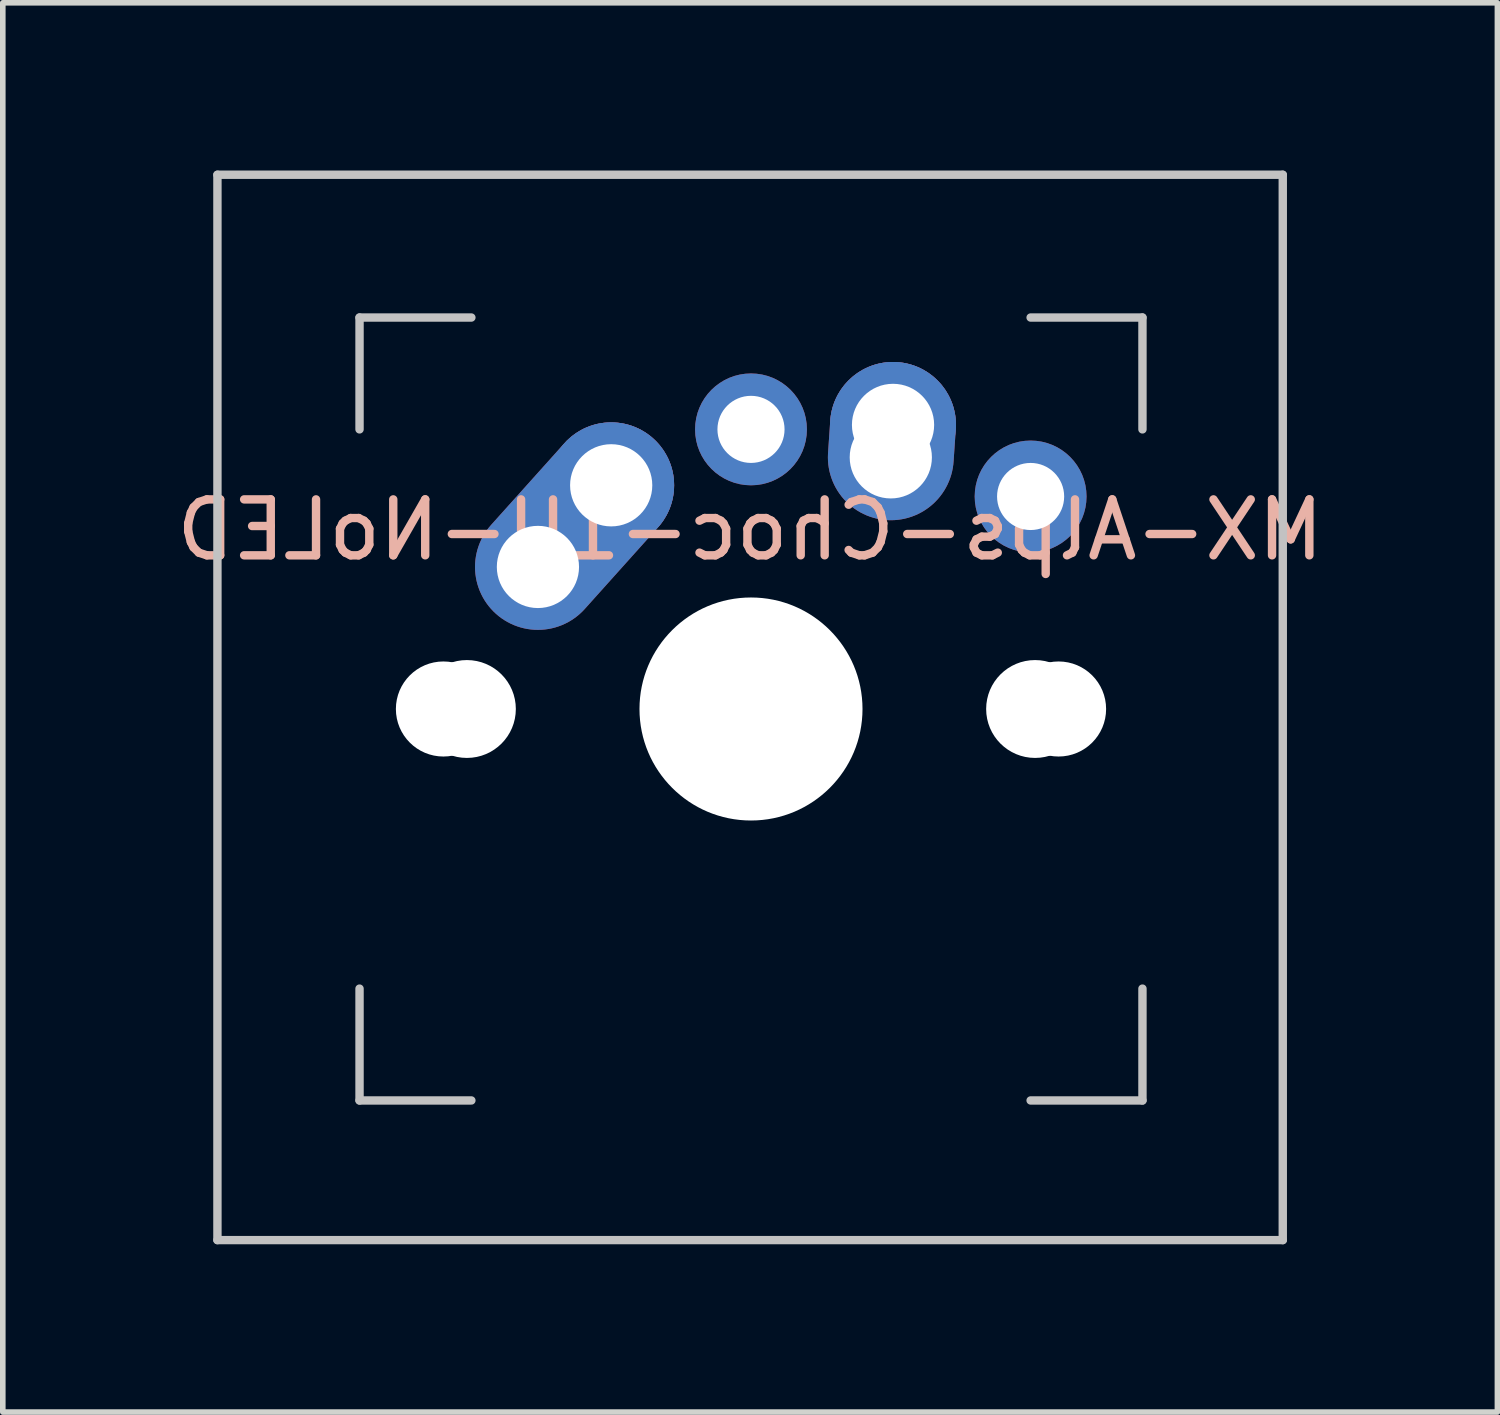
<source format=kicad_pcb>
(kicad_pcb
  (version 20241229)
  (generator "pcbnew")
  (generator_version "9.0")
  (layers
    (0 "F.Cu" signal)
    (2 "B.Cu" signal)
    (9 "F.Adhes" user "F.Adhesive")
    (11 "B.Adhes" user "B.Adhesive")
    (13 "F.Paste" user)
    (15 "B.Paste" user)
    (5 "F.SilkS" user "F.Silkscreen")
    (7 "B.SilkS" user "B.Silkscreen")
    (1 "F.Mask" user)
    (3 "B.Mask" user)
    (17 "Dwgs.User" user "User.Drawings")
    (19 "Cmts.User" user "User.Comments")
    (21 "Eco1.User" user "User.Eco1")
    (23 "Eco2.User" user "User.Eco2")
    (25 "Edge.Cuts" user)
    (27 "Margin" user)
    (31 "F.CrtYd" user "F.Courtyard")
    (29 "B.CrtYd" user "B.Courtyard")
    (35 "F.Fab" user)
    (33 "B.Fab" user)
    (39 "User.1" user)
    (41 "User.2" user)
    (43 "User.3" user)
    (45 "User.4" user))
  (footprint "MX-Alps-Choc-1U-NoLED"
    (layer "F.Cu")
    (at 10.371 9.614)
    (property "Reference" "MX-Alps-Choc-1U-NoLED" (at -0.008 -3.189 180) (layer "B.SilkS") (effects (font (size 1 1) (thickness 0.15)) (justify mirror)))
    (attr through_hole)
    (fp_line (start -9.533 -9.539) (end 9.517 -9.539) (stroke (width 0.15) (type solid)) (layer "Dwgs.User"))
    (fp_line (start -9.533 9.511) (end -9.533 -9.539) (stroke (width 0.15) (type solid)) (layer "Dwgs.User"))
    (fp_line (start -6.992 -6.986) (end -6.992 -4.986) (stroke (width 0.15) (type solid)) (layer "Dwgs.User"))
    (fp_line (start -6.992 5.014) (end -6.992 7.014) (stroke (width 0.15) (type solid)) (layer "Dwgs.User"))
    (fp_line (start -6.992 7.014) (end -4.992 7.014) (stroke (width 0.15) (type solid)) (layer "Dwgs.User"))
    (fp_line (start -4.992 -6.986) (end -6.992 -6.986) (stroke (width 0.15) (type solid)) (layer "Dwgs.User"))
    (fp_line (start 5.008 -6.986) (end 7.008 -6.986) (stroke (width 0.15) (type solid)) (layer "Dwgs.User"))
    (fp_line (start 5.008 7.014) (end 7.008 7.014) (stroke (width 0.15) (type solid)) (layer "Dwgs.User"))
    (fp_line (start 7.008 -6.986) (end 7.008 -4.986) (stroke (width 0.15) (type solid)) (layer "Dwgs.User"))
    (fp_line (start 7.008 7.014) (end 7.008 5.014) (stroke (width 0.15) (type solid)) (layer "Dwgs.User"))
    (fp_line (start 9.517 -9.539) (end 9.517 9.511) (stroke (width 0.15) (type solid)) (layer "Dwgs.User"))
    (fp_line (start 9.517 9.511) (end -9.533 9.511) (stroke (width 0.15) (type solid)) (layer "Dwgs.User"))
    (pad "" np_thru_hole circle (at -5.492 0.014 48.1) (size 1.7 1.7) (drill 1.7) (layers "*.Cu" "*.Mask"))
    (pad "" np_thru_hole circle (at -5.072 0.014 48.1) (size 1.75 1.75) (drill 1.75) (layers "*.Cu" "*.Mask"))
    (pad "" np_thru_hole circle (at 0.008 0.014) (size 3.988 3.988) (drill 3.988) (layers "*.Cu" "*.Mask"))
    (pad "" np_thru_hole circle (at 5.088 0.014 48.1) (size 1.75 1.75) (drill 1.75) (layers "*.Cu" "*.Mask"))
    (pad "" np_thru_hole circle (at 5.508 0.014 48.1) (size 1.7 1.7) (drill 1.7) (layers "*.Cu" "*.Mask"))
    (pad "1" thru_hole oval (at 2.508 -4.486 86.1) (size 2.831 2.25) (drill 1.47 (offset 0.291 0)) (layers "*.Cu" "*.Mask"))
    (pad "1" thru_hole circle (at 2.548 -5.066) (size 2.25 2.25) (drill 1.47) (layers "*.Cu" "*.Mask"))
    (pad "1" thru_hole circle (at 5.008 -3.786) (size 2 2) (drill 1.2) (layers "*.Cu" "*.Mask"))
    (pad "2" thru_hole oval (at -3.802 -2.526 48.1) (size 4.212 2.25) (drill 1.47 (offset 0.981 0)) (layers "*.Cu" "*.Mask"))
    (pad "2" thru_hole circle (at -2.492 -3.986) (size 2.25 2.25) (drill 1.47) (layers "*.Cu" "*.Mask"))
    (pad "2" thru_hole circle (at 0.008 -4.986) (size 2 2) (drill 1.2) (layers "*.Cu" "*.Mask")))
  (gr_rect
    (start -3 -3)
    (end 23.726 22.2)
    (stroke (width 0.1) (type default))
    (fill no)
    (layer "Edge.Cuts")))
</source>
